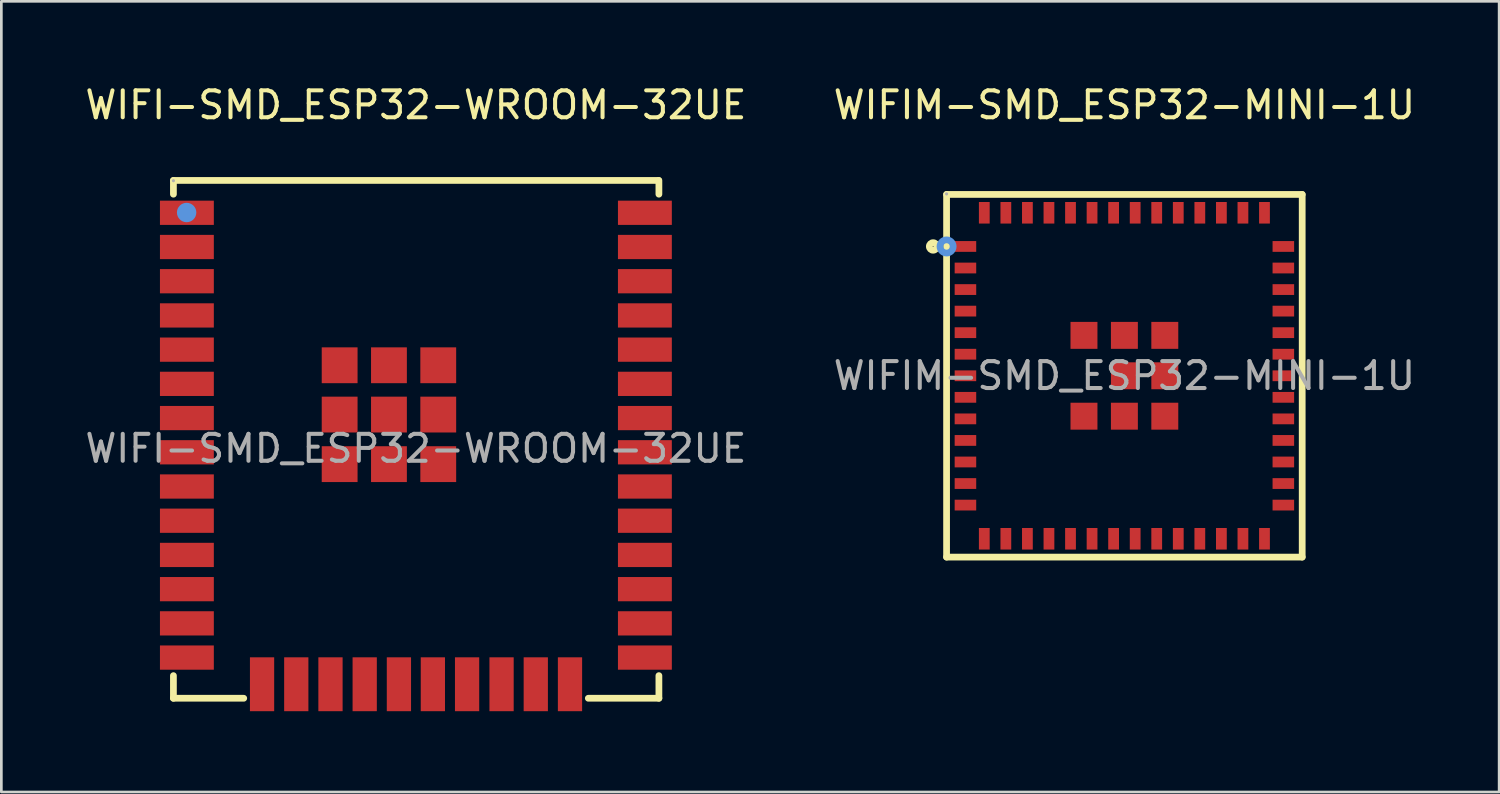
<source format=kicad_pcb>
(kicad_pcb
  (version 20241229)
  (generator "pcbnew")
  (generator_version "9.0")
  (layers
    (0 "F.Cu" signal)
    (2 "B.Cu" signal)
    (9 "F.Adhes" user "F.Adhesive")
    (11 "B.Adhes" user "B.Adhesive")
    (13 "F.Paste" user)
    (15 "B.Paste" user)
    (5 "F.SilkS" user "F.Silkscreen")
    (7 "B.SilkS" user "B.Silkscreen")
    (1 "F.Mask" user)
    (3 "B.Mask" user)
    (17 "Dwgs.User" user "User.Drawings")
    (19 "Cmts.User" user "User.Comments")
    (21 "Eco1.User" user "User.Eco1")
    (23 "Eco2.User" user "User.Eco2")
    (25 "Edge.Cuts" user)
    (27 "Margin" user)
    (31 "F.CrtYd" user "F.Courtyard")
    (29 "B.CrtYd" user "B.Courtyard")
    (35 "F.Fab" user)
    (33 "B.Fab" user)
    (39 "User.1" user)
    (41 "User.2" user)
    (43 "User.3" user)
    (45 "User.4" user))
  (footprint "WIFIM-SMD_ESP32-MINI-1U"
    (layer "F.Cu")
    (at 38.685 10.898)
    (property "Reference" "WIFIM-SMD_ESP32-MINI-1U" (at 0 -10.05 0) (layer "F.SilkS") (effects (font (size 1 1) (thickness 0.15))))
    (attr smd)
    (fp_line (start -6.6 -6.73) (end 6.6 -6.73) (stroke (width 0.25) (type solid)) (layer "F.SilkS"))
    (fp_line (start -6.6 6.73) (end -6.6 -6.73) (stroke (width 0.25) (type solid)) (layer "F.SilkS"))
    (fp_line (start 6.6 -6.73) (end 6.6 6.73) (stroke (width 0.25) (type solid)) (layer "F.SilkS"))
    (fp_line (start 6.6 6.73) (end -6.6 6.73) (stroke (width 0.25) (type solid)) (layer "F.SilkS"))
    (fp_circle (center -7.1 -4.8) (end -6.96 -4.8) (stroke (width 0.25) (type solid)) (fill no) (layer "F.SilkS"))
    (fp_circle (center -6.6 -4.8) (end -6.48 -4.8) (stroke (width 0.25) (type solid)) (fill no) (layer "Cmts.User"))
    (fp_circle (center -6.6 -6.75) (end -6.57 -6.75) (stroke (width 0.06) (type solid)) (fill no) (layer "F.Fab"))
    (fp_text user "${REFERENCE}" (at 0 0 0) (layer "F.Fab") (effects (font (size 1 1) (thickness 0.15))))
    (pad "1" smd rect (at -5.9 -4.8 90) (size 0.4 0.8) (layers "F.Cu" "F.Mask" "F.Paste"))
    (pad "2" smd rect (at -5.9 -4 90) (size 0.4 0.8) (layers "F.Cu" "F.Mask" "F.Paste"))
    (pad "3" smd rect (at -5.9 -3.2 90) (size 0.4 0.8) (layers "F.Cu" "F.Mask" "F.Paste"))
    (pad "4" smd rect (at -5.9 -2.4 90) (size 0.4 0.8) (layers "F.Cu" "F.Mask" "F.Paste"))
    (pad "5" smd rect (at -5.9 -1.6 90) (size 0.4 0.8) (layers "F.Cu" "F.Mask" "F.Paste"))
    (pad "6" smd rect (at -5.9 -0.8 90) (size 0.4 0.8) (layers "F.Cu" "F.Mask" "F.Paste"))
    (pad "7" smd rect (at -5.9 0 90) (size 0.4 0.8) (layers "F.Cu" "F.Mask" "F.Paste"))
    (pad "8" smd rect (at -5.9 0.8 90) (size 0.4 0.8) (layers "F.Cu" "F.Mask" "F.Paste"))
    (pad "9" smd rect (at -5.9 1.6 90) (size 0.4 0.8) (layers "F.Cu" "F.Mask" "F.Paste"))
    (pad "10" smd rect (at -5.9 2.4 90) (size 0.4 0.8) (layers "F.Cu" "F.Mask" "F.Paste"))
    (pad "11" smd rect (at -5.9 3.2 90) (size 0.4 0.8) (layers "F.Cu" "F.Mask" "F.Paste"))
    (pad "12" smd rect (at -5.9 4 90) (size 0.4 0.8) (layers "F.Cu" "F.Mask" "F.Paste"))
    (pad "13" smd rect (at -5.9 4.8 90) (size 0.4 0.8) (layers "F.Cu" "F.Mask" "F.Paste"))
    (pad "14" smd rect (at -5.2 6.05 180) (size 0.4 0.8) (layers "F.Cu" "F.Mask" "F.Paste"))
    (pad "15" smd rect (at -4.4 6.05 180) (size 0.4 0.8) (layers "F.Cu" "F.Mask" "F.Paste"))
    (pad "16" smd rect (at -3.6 6.05 180) (size 0.4 0.8) (layers "F.Cu" "F.Mask" "F.Paste"))
    (pad "17" smd rect (at -2.8 6.05 180) (size 0.4 0.8) (layers "F.Cu" "F.Mask" "F.Paste"))
    (pad "18" smd rect (at -2 6.05 180) (size 0.4 0.8) (layers "F.Cu" "F.Mask" "F.Paste"))
    (pad "19" smd rect (at -1.2 6.05 180) (size 0.4 0.8) (layers "F.Cu" "F.Mask" "F.Paste"))
    (pad "20" smd rect (at -0.4 6.05 180) (size 0.4 0.8) (layers "F.Cu" "F.Mask" "F.Paste"))
    (pad "21" smd rect (at 0.4 6.05 180) (size 0.4 0.8) (layers "F.Cu" "F.Mask" "F.Paste"))
    (pad "22" smd rect (at 1.2 6.05 180) (size 0.4 0.8) (layers "F.Cu" "F.Mask" "F.Paste"))
    (pad "23" smd rect (at 2 6.05 180) (size 0.4 0.8) (layers "F.Cu" "F.Mask" "F.Paste"))
    (pad "24" smd rect (at 2.8 6.05 180) (size 0.4 0.8) (layers "F.Cu" "F.Mask" "F.Paste"))
    (pad "25" smd rect (at 3.6 6.05 180) (size 0.4 0.8) (layers "F.Cu" "F.Mask" "F.Paste"))
    (pad "26" smd rect (at 4.4 6.05 180) (size 0.4 0.8) (layers "F.Cu" "F.Mask" "F.Paste"))
    (pad "27" smd rect (at 5.2 6.05 180) (size 0.4 0.8) (layers "F.Cu" "F.Mask" "F.Paste"))
    (pad "28" smd rect (at 5.9 4.8 270) (size 0.4 0.8) (layers "F.Cu" "F.Mask" "F.Paste"))
    (pad "29" smd rect (at 5.9 4 270) (size 0.4 0.8) (layers "F.Cu" "F.Mask" "F.Paste"))
    (pad "30" smd rect (at 5.9 3.2 270) (size 0.4 0.8) (layers "F.Cu" "F.Mask" "F.Paste"))
    (pad "31" smd rect (at 5.9 2.4 270) (size 0.4 0.8) (layers "F.Cu" "F.Mask" "F.Paste"))
    (pad "32" smd rect (at 5.9 1.6 270) (size 0.4 0.8) (layers "F.Cu" "F.Mask" "F.Paste"))
    (pad "33" smd rect (at 5.9 0.8 270) (size 0.4 0.8) (layers "F.Cu" "F.Mask" "F.Paste"))
    (pad "34" smd rect (at 5.9 0 270) (size 0.4 0.8) (layers "F.Cu" "F.Mask" "F.Paste"))
    (pad "35" smd rect (at 5.9 -0.8 270) (size 0.4 0.8) (layers "F.Cu" "F.Mask" "F.Paste"))
    (pad "36" smd rect (at 5.9 -1.6 270) (size 0.4 0.8) (layers "F.Cu" "F.Mask" "F.Paste"))
    (pad "37" smd rect (at 5.9 -2.4 270) (size 0.4 0.8) (layers "F.Cu" "F.Mask" "F.Paste"))
    (pad "38" smd rect (at 5.9 -3.2 270) (size 0.4 0.8) (layers "F.Cu" "F.Mask" "F.Paste"))
    (pad "39" smd rect (at 5.9 -4 270) (size 0.4 0.8) (layers "F.Cu" "F.Mask" "F.Paste"))
    (pad "40" smd rect (at 5.9 -4.8 270) (size 0.4 0.8) (layers "F.Cu" "F.Mask" "F.Paste"))
    (pad "41" smd rect (at 5.2 -6.05) (size 0.4 0.8) (layers "F.Cu" "F.Mask" "F.Paste"))
    (pad "42" smd rect (at 4.4 -6.05) (size 0.4 0.8) (layers "F.Cu" "F.Mask" "F.Paste"))
    (pad "43" smd rect (at 3.6 -6.05) (size 0.4 0.8) (layers "F.Cu" "F.Mask" "F.Paste"))
    (pad "44" smd rect (at 2.8 -6.05) (size 0.4 0.8) (layers "F.Cu" "F.Mask" "F.Paste"))
    (pad "45" smd rect (at 2 -6.05) (size 0.4 0.8) (layers "F.Cu" "F.Mask" "F.Paste"))
    (pad "46" smd rect (at 1.2 -6.05) (size 0.4 0.8) (layers "F.Cu" "F.Mask" "F.Paste"))
    (pad "47" smd rect (at 0.4 -6.05) (size 0.4 0.8) (layers "F.Cu" "F.Mask" "F.Paste"))
    (pad "48" smd rect (at -0.4 -6.05) (size 0.4 0.8) (layers "F.Cu" "F.Mask" "F.Paste"))
    (pad "49" smd rect (at -1.2 -6.05) (size 0.4 0.8) (layers "F.Cu" "F.Mask" "F.Paste"))
    (pad "50" smd rect (at -2 -6.05) (size 0.4 0.8) (layers "F.Cu" "F.Mask" "F.Paste"))
    (pad "51" smd rect (at -2.8 -6.05) (size 0.4 0.8) (layers "F.Cu" "F.Mask" "F.Paste"))
    (pad "52" smd rect (at -3.6 -6.05) (size 0.4 0.8) (layers "F.Cu" "F.Mask" "F.Paste"))
    (pad "53" smd rect (at -4.4 -6.05) (size 0.4 0.8) (layers "F.Cu" "F.Mask" "F.Paste"))
    (pad "54" smd rect (at -5.2 -6.05) (size 0.4 0.8) (layers "F.Cu" "F.Mask" "F.Paste"))
    (pad "55" smd rect (at -1.5 -1.5 90) (size 1 1) (layers "F.Cu" "F.Mask" "F.Paste"))
    (pad "55" smd rect (at -1.5 1.5 90) (size 1 1) (layers "F.Cu" "F.Mask" "F.Paste"))
    (pad "55" smd rect (at 0 -1.5 90) (size 1 1) (layers "F.Cu" "F.Mask" "F.Paste"))
    (pad "55" smd rect (at 0 0 90) (size 1 1) (layers "F.Cu" "F.Mask" "F.Paste"))
    (pad "55" smd rect (at 0 1.5 90) (size 1 1) (layers "F.Cu" "F.Mask" "F.Paste"))
    (pad "55" smd rect (at 1.5 -1.5 90) (size 1 1) (layers "F.Cu" "F.Mask" "F.Paste"))
    (pad "55" smd rect (at 1.5 0 90) (size 1 1) (layers "F.Cu" "F.Mask" "F.Paste"))
    (pad "55" smd rect (at 1.5 1.5 90) (size 1 1) (layers "F.Cu" "F.Mask" "F.Paste")))
  (footprint "WIFI-SMD_ESP32-WROOM-32UE"
    (layer "F.Cu")
    (at 12.387 13.598)
    (property "Reference" "WIFI-SMD_ESP32-WROOM-32UE" (at 0 -12.75 0) (layer "F.SilkS") (effects (font (size 1 1) (thickness 0.15))))
    (attr smd)
    (fp_line (start -9 -9.95) (end -9 -9.44) (stroke (width 0.25) (type solid)) (layer "F.SilkS"))
    (fp_line (start -9 8.43) (end -9 9.27) (stroke (width 0.25) (type solid)) (layer "F.SilkS"))
    (fp_line (start -9 9.27) (end -6.39 9.27) (stroke (width 0.25) (type solid)) (layer "F.SilkS"))
    (fp_line (start 6.4 9.27) (end 9.02 9.27) (stroke (width 0.25) (type solid)) (layer "F.SilkS"))
    (fp_line (start 9.01 -9.95) (end -9 -9.95) (stroke (width 0.25) (type solid)) (layer "F.SilkS"))
    (fp_line (start 9.02 -9.44) (end 9.02 -9.95) (stroke (width 0.25) (type solid)) (layer "F.SilkS"))
    (fp_line (start 9.02 9.27) (end 9.02 8.43) (stroke (width 0.25) (type solid)) (layer "F.SilkS"))
    (fp_circle (center -8.51 -8.76) (end -8.33 -8.76) (stroke (width 0.36) (type solid)) (fill no) (layer "Cmts.User"))
    (fp_circle (center -9 -9.94) (end -8.97 -9.94) (stroke (width 0.06) (type solid)) (fill no) (layer "F.Fab"))
    (fp_text user "${REFERENCE}" (at 0 0 0) (layer "F.Fab") (effects (font (size 1 1) (thickness 0.15))))
    (pad "1" smd rect (at -8.5 -8.75) (size 2 0.9) (layers "F.Cu" "F.Mask" "F.Paste"))
    (pad "2" smd rect (at -8.5 -7.48) (size 2 0.9) (layers "F.Cu" "F.Mask" "F.Paste"))
    (pad "3" smd rect (at -8.5 -6.21) (size 2 0.9) (layers "F.Cu" "F.Mask" "F.Paste"))
    (pad "4" smd rect (at -8.5 -4.94) (size 2 0.9) (layers "F.Cu" "F.Mask" "F.Paste"))
    (pad "5" smd rect (at -8.5 -3.67) (size 2 0.9) (layers "F.Cu" "F.Mask" "F.Paste"))
    (pad "6" smd rect (at -8.5 -2.4) (size 2 0.9) (layers "F.Cu" "F.Mask" "F.Paste"))
    (pad "7" smd rect (at -8.5 -1.13) (size 2 0.9) (layers "F.Cu" "F.Mask" "F.Paste"))
    (pad "8" smd rect (at -8.5 0.14) (size 2 0.9) (layers "F.Cu" "F.Mask" "F.Paste"))
    (pad "9" smd rect (at -8.5 1.41) (size 2 0.9) (layers "F.Cu" "F.Mask" "F.Paste"))
    (pad "10" smd rect (at -8.5 2.68) (size 2 0.9) (layers "F.Cu" "F.Mask" "F.Paste"))
    (pad "11" smd rect (at -8.5 3.95) (size 2 0.9) (layers "F.Cu" "F.Mask" "F.Paste"))
    (pad "12" smd rect (at -8.5 5.22) (size 2 0.9) (layers "F.Cu" "F.Mask" "F.Paste"))
    (pad "13" smd rect (at -8.5 6.49) (size 2 0.9) (layers "F.Cu" "F.Mask" "F.Paste"))
    (pad "14" smd rect (at -8.5 7.76) (size 2 0.9) (layers "F.Cu" "F.Mask" "F.Paste"))
    (pad "15" smd rect (at -5.71 8.75) (size 0.9 2) (layers "F.Cu" "F.Mask" "F.Paste"))
    (pad "16" smd rect (at -4.44 8.75) (size 0.9 2) (layers "F.Cu" "F.Mask" "F.Paste"))
    (pad "17" smd rect (at -3.17 8.75) (size 0.9 2) (layers "F.Cu" "F.Mask" "F.Paste"))
    (pad "18" smd rect (at -1.9 8.75) (size 0.9 2) (layers "F.Cu" "F.Mask" "F.Paste"))
    (pad "19" smd rect (at -0.63 8.75) (size 0.9 2) (layers "F.Cu" "F.Mask" "F.Paste"))
    (pad "20" smd rect (at 0.63 8.75) (size 0.9 2) (layers "F.Cu" "F.Mask" "F.Paste"))
    (pad "21" smd rect (at 1.9 8.75) (size 0.9 2) (layers "F.Cu" "F.Mask" "F.Paste"))
    (pad "22" smd rect (at 3.18 8.75) (size 0.9 2) (layers "F.Cu" "F.Mask" "F.Paste"))
    (pad "23" smd rect (at 4.45 8.75) (size 0.9 2) (layers "F.Cu" "F.Mask" "F.Paste"))
    (pad "24" smd rect (at 5.72 8.75) (size 0.9 2) (layers "F.Cu" "F.Mask" "F.Paste"))
    (pad "25" smd rect (at 8.5 7.76 180) (size 2 0.9) (layers "F.Cu" "F.Mask" "F.Paste"))
    (pad "26" smd rect (at 8.5 6.49 180) (size 2 0.9) (layers "F.Cu" "F.Mask" "F.Paste"))
    (pad "27" smd rect (at 8.5 5.22 180) (size 2 0.9) (layers "F.Cu" "F.Mask" "F.Paste"))
    (pad "28" smd rect (at 8.5 3.95 180) (size 2 0.9) (layers "F.Cu" "F.Mask" "F.Paste"))
    (pad "29" smd rect (at 8.5 2.68 180) (size 2 0.9) (layers "F.Cu" "F.Mask" "F.Paste"))
    (pad "30" smd rect (at 8.5 1.41 180) (size 2 0.9) (layers "F.Cu" "F.Mask" "F.Paste"))
    (pad "31" smd rect (at 8.5 0.14 180) (size 2 0.9) (layers "F.Cu" "F.Mask" "F.Paste"))
    (pad "32" smd rect (at 8.5 -1.13 180) (size 2 0.9) (layers "F.Cu" "F.Mask" "F.Paste"))
    (pad "33" smd rect (at 8.5 -2.4 180) (size 2 0.9) (layers "F.Cu" "F.Mask" "F.Paste"))
    (pad "34" smd rect (at 8.5 -3.67 180) (size 2 0.9) (layers "F.Cu" "F.Mask" "F.Paste"))
    (pad "35" smd rect (at 8.5 -4.94 180) (size 2 0.9) (layers "F.Cu" "F.Mask" "F.Paste"))
    (pad "36" smd rect (at 8.5 -6.21 180) (size 2 0.9) (layers "F.Cu" "F.Mask" "F.Paste"))
    (pad "37" smd rect (at 8.5 -7.48 180) (size 2 0.9) (layers "F.Cu" "F.Mask" "F.Paste"))
    (pad "38" smd rect (at 8.5 -8.75 180) (size 2 0.9) (layers "F.Cu" "F.Mask" "F.Paste"))
    (pad "39" smd rect (at -2.83 -3.09 90) (size 1.33 1.33) (layers "F.Cu" "F.Mask" "F.Paste"))
    (pad "39" smd rect (at -2.83 -1.26 90) (size 1.33 1.33) (layers "F.Cu" "F.Mask" "F.Paste"))
    (pad "39" smd rect (at -2.83 0.58 90) (size 1.33 1.33) (layers "F.Cu" "F.Mask" "F.Paste"))
    (pad "39" smd rect (at -1 -3.09 90) (size 1.33 1.33) (layers "F.Cu" "F.Mask" "F.Paste"))
    (pad "39" smd rect (at -1 -1.26 90) (size 1.33 1.33) (layers "F.Cu" "F.Mask" "F.Paste"))
    (pad "39" smd rect (at -1 0.58 90) (size 1.33 1.33) (layers "F.Cu" "F.Mask" "F.Paste"))
    (pad "39" smd rect (at 0.83 -3.09 90) (size 1.33 1.33) (layers "F.Cu" "F.Mask" "F.Paste"))
    (pad "39" smd rect (at 0.83 -1.26 90) (size 1.33 1.33) (layers "F.Cu" "F.Mask" "F.Paste"))
    (pad "39" smd rect (at 0.83 0.58 90) (size 1.33 1.33) (layers "F.Cu" "F.Mask" "F.Paste")))
  (gr_rect
    (start -3 -3)
    (end 52.595 26.348)
    (stroke (width 0.1) (type default))
    (fill no)
    (layer "Edge.Cuts")))
</source>
